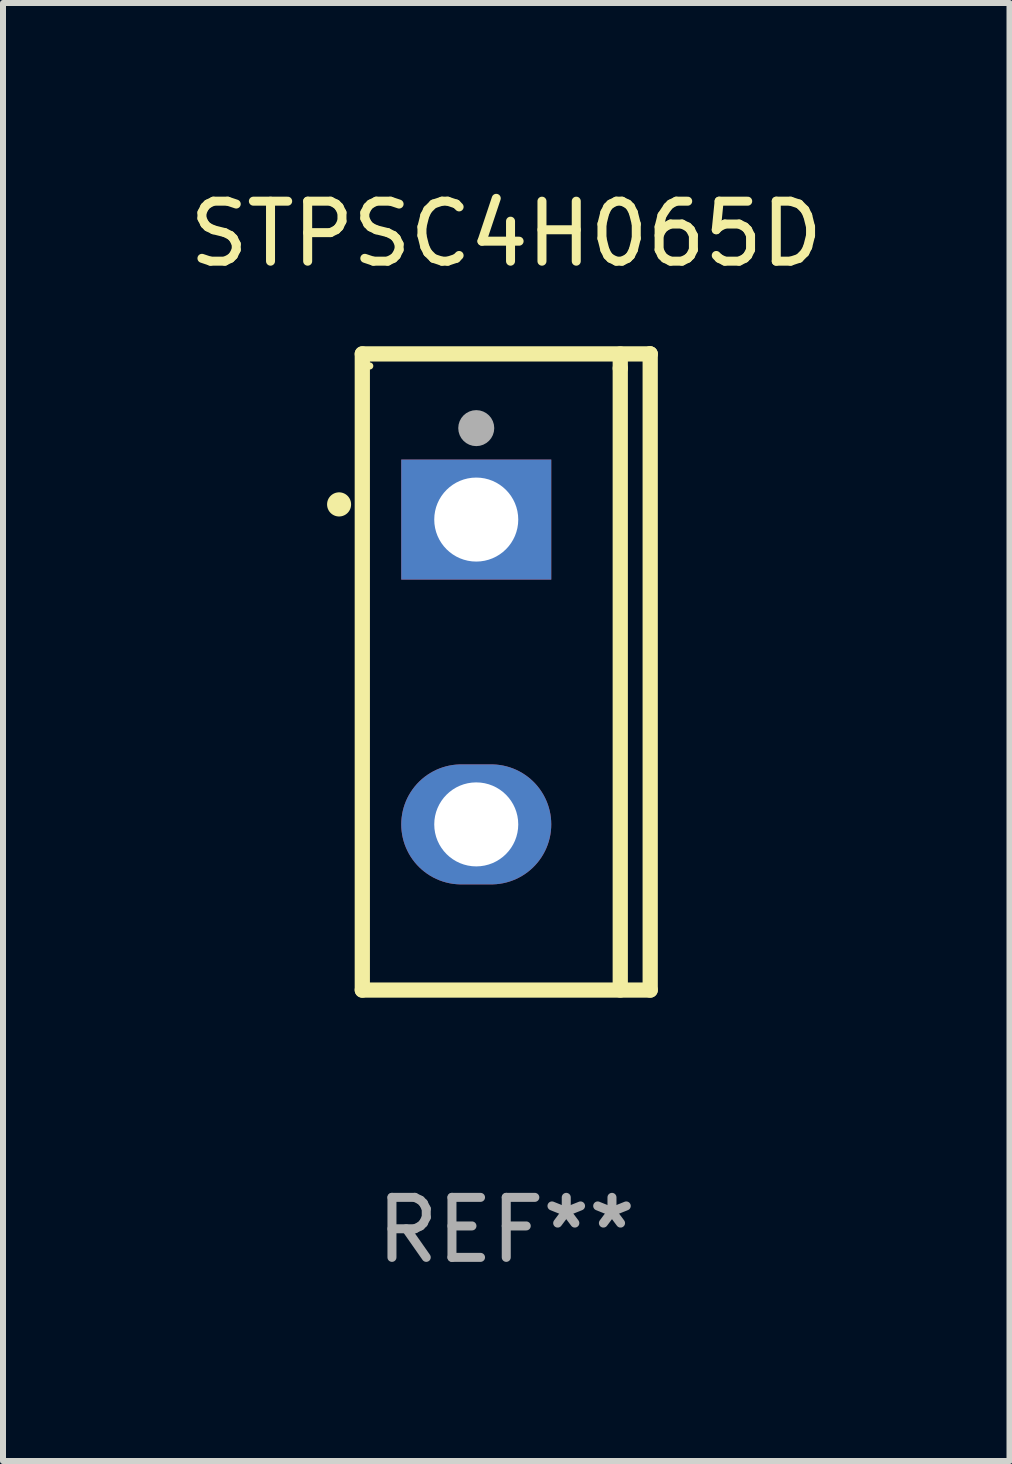
<source format=kicad_pcb>
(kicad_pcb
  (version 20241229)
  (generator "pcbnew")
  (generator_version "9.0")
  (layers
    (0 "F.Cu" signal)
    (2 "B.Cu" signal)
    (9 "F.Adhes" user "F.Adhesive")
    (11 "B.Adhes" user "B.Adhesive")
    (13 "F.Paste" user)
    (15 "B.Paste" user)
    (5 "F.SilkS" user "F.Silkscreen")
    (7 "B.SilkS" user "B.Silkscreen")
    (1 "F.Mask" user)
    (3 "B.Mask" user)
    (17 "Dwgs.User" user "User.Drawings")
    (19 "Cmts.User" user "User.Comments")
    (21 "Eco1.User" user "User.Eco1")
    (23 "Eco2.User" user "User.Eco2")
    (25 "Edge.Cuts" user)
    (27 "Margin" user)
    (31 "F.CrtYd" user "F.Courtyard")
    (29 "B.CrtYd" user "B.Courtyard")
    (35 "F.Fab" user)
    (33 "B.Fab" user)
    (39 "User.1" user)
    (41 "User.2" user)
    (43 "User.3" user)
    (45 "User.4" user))
  (footprint "STPSC4H065D"
    (layer "F.Cu")
    (at 5.387 8.149)
    (property "Reference" "STPSC4H065D" (at 0 -7.301 0) (layer "F.SilkS") (effects (font (size 1 1) (thickness 0.15))))
    (attr through_hole)
    (fp_line (start -2.399 -5.301) (end 2.394 -5.301) (stroke (width 0.254) (type solid)) (layer "F.SilkS"))
    (fp_line (start -2.399 5.301) (end -2.399 -5.301) (stroke (width 0.254) (type solid)) (layer "F.SilkS"))
    (fp_line (start 1.9 -5.061) (end 1.9 -5.3) (stroke (width 0.254) (type solid)) (layer "F.SilkS"))
    (fp_line (start 1.9 5.3) (end 1.9 -5.061) (stroke (width 0.254) (type solid)) (layer "F.SilkS"))
    (fp_line (start 2.394 -5.301) (end 2.399 -5.301) (stroke (width 0.254) (type solid)) (layer "F.SilkS"))
    (fp_line (start 2.399 -5.301) (end 2.399 5.301) (stroke (width 0.254) (type solid)) (layer "F.SilkS"))
    (fp_line (start 2.399 5.301) (end -2.399 5.301) (stroke (width 0.254) (type solid)) (layer "F.SilkS"))
    (fp_arc (start -2.786043 -2.791466) (mid -2.786047 -2.792736) (end -2.786043 -2.794006) (stroke (width 0.4) (type solid)) (layer "F.SilkS"))
    (fp_circle (center -2.275 -5.1) (end -2.245 -5.1) (stroke (width 0.06) (type solid)) (fill no) (layer "F.SilkS"))
    (fp_circle (center -0.5 -4.064) (end -0.35 -4.064) (stroke (width 0.3) (type solid)) (fill no) (layer "F.Fab"))
    (fp_text user "REF**" (at 0 9.301 0) (layer "F.Fab") (effects (font (size 1 1) (thickness 0.15))))
    (pad "1" thru_hole rect (at -0.5 -2.54 270) (size 2 2.5) (drill 1.4) (layers "*.Cu" "*.Mask"))
    (pad "3" thru_hole oval (at -0.5 2.54 270) (size 2 2.5) (drill 1.4) (layers "*.Cu" "*.Mask")))
  (gr_rect
    (start -3 -3)
    (end 13.774 21.299)
    (stroke (width 0.1) (type default))
    (fill no)
    (layer "Edge.Cuts")))
</source>
